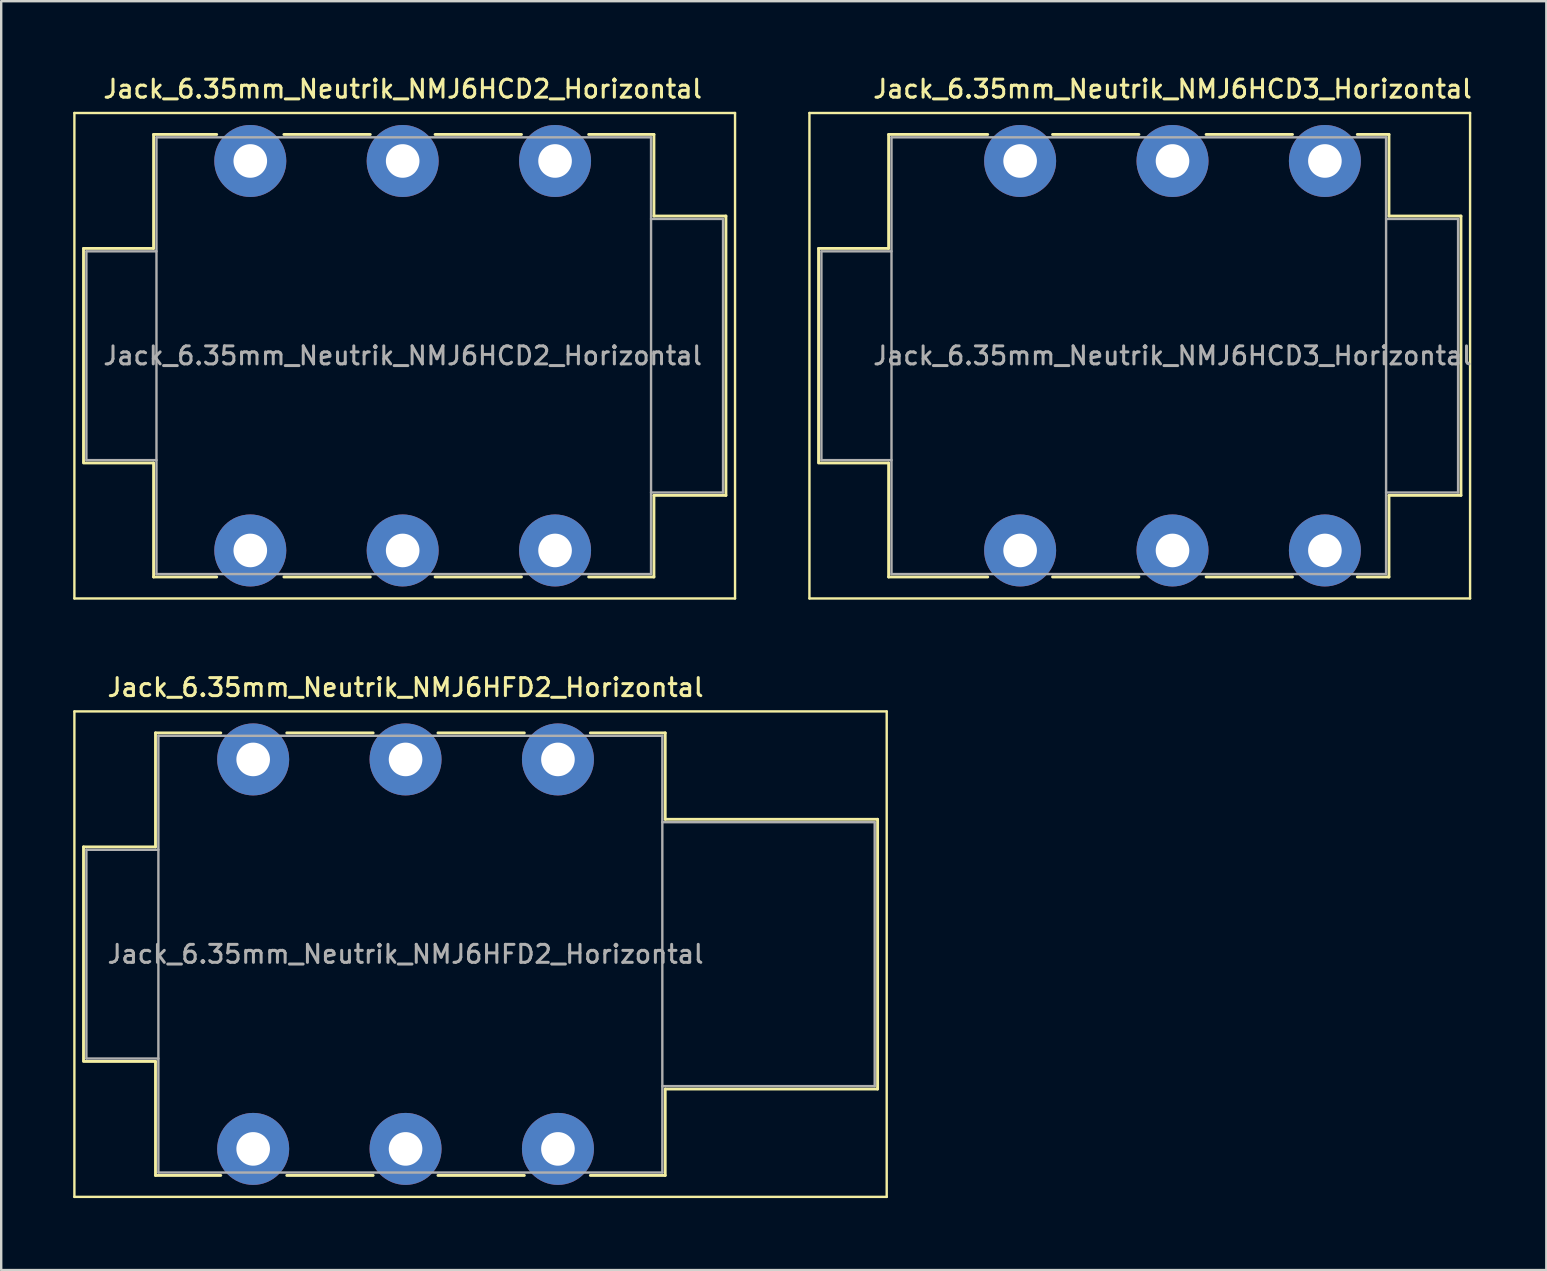
<source format=kicad_pcb>
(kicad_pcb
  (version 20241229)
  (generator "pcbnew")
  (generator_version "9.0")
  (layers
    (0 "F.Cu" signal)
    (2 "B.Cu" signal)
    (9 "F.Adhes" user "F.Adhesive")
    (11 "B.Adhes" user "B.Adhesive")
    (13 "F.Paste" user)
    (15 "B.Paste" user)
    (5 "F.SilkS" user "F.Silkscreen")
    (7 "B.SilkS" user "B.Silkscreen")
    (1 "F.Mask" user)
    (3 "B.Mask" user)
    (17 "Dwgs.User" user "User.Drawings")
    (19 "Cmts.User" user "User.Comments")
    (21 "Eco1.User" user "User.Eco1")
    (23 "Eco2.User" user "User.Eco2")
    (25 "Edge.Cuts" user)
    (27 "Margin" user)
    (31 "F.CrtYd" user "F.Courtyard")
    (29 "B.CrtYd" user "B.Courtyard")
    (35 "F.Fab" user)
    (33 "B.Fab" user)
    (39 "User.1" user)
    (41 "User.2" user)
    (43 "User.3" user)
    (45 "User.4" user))
  (footprint "Jack_6.35mm_Neutrik_NMJ6HCD2_Horizontal"
    (layer "F.Cu")
    (at 7.38 3.658)
    (property "Reference" "Jack_6.35mm_Neutrik_NMJ6HCD2_Horizontal" (at 6.35 -3 0) (layer "F.SilkS") (effects (font (size 0.75 0.75) (thickness 0.125))))
    (attr through_hole)
    (fp_line (start -7.33 18.23) (end -7.33 -2) (stroke (width 0.1) (type solid)) (layer "F.SilkS"))
    (fp_line (start -7.33 18.23) (end 20.2 18.23) (stroke (width 0.1) (type solid)) (layer "F.SilkS"))
    (fp_line (start -6.95 3.645) (end -4.03 3.645) (stroke (width 0.12) (type solid)) (layer "F.SilkS"))
    (fp_line (start -6.95 12.545) (end -6.95 3.645) (stroke (width 0.12) (type solid)) (layer "F.SilkS"))
    (fp_line (start -6.95 12.585) (end -4.03 12.585) (stroke (width 0.12) (type solid)) (layer "F.SilkS"))
    (fp_line (start -4.03 -1.105) (end -1.4 -1.105) (stroke (width 0.12) (type solid)) (layer "F.SilkS"))
    (fp_line (start -4.03 3.645) (end -4.03 -1.105) (stroke (width 0.12) (type solid)) (layer "F.SilkS"))
    (fp_line (start -4.03 17.335) (end -4.03 12.585) (stroke (width 0.12) (type solid)) (layer "F.SilkS"))
    (fp_line (start -1.4 17.335) (end -4.03 17.335) (stroke (width 0.12) (type solid)) (layer "F.SilkS"))
    (fp_line (start 1.4 -1.105) (end 5 -1.105) (stroke (width 0.12) (type solid)) (layer "F.SilkS"))
    (fp_line (start 5 17.335) (end 1.4 17.335) (stroke (width 0.12) (type solid)) (layer "F.SilkS"))
    (fp_line (start 7.7 -1.105) (end 11.3 -1.105) (stroke (width 0.12) (type solid)) (layer "F.SilkS"))
    (fp_line (start 11.3 17.335) (end 7.7 17.335) (stroke (width 0.12) (type solid)) (layer "F.SilkS"))
    (fp_line (start 16.82 -1.105) (end 14.1 -1.105) (stroke (width 0.12) (type solid)) (layer "F.SilkS"))
    (fp_line (start 16.82 2.295) (end 16.82 -1.105) (stroke (width 0.12) (type solid)) (layer "F.SilkS"))
    (fp_line (start 16.82 2.295) (end 19.82 2.295) (stroke (width 0.12) (type solid)) (layer "F.SilkS"))
    (fp_line (start 16.82 13.935) (end 19.82 13.935) (stroke (width 0.12) (type solid)) (layer "F.SilkS"))
    (fp_line (start 16.82 17.335) (end 14.1 17.335) (stroke (width 0.12) (type solid)) (layer "F.SilkS"))
    (fp_line (start 16.82 17.335) (end 16.82 13.935) (stroke (width 0.12) (type solid)) (layer "F.SilkS"))
    (fp_line (start 19.82 13.935) (end 19.82 2.295) (stroke (width 0.12) (type solid)) (layer "F.SilkS"))
    (fp_line (start 20.2 -2) (end -7.33 -2) (stroke (width 0.1) (type solid)) (layer "F.SilkS"))
    (fp_line (start 20.2 18.23) (end 20.2 -2) (stroke (width 0.1) (type solid)) (layer "F.SilkS"))
    (fp_line (start -6.83 3.765) (end -3.91 3.765) (stroke (width 0.1) (type solid)) (layer "F.Fab"))
    (fp_line (start -6.83 12.465) (end -6.83 3.765) (stroke (width 0.1) (type solid)) (layer "F.Fab"))
    (fp_line (start -6.83 12.465) (end -3.91 12.465) (stroke (width 0.1) (type solid)) (layer "F.Fab"))
    (fp_line (start -3.91 17.215) (end -3.91 -0.985) (stroke (width 0.1) (type solid)) (layer "F.Fab"))
    (fp_line (start 16.7 -0.985) (end -3.91 -0.985) (stroke (width 0.1) (type solid)) (layer "F.Fab"))
    (fp_line (start 16.7 17.215) (end -3.91 17.215) (stroke (width 0.1) (type solid)) (layer "F.Fab"))
    (fp_line (start 16.7 17.215) (end 16.7 -0.985) (stroke (width 0.1) (type solid)) (layer "F.Fab"))
    (fp_line (start 19.7 2.415) (end 16.7 2.415) (stroke (width 0.1) (type solid)) (layer "F.Fab"))
    (fp_line (start 19.7 13.815) (end 16.7 13.815) (stroke (width 0.1) (type solid)) (layer "F.Fab"))
    (fp_line (start 19.7 13.815) (end 19.7 2.415) (stroke (width 0.1) (type solid)) (layer "F.Fab"))
    (fp_text user "${REFERENCE}" (at 6.35 8.115 0) (layer "F.Fab") (effects (font (size 0.75 0.75) (thickness 0.125))))
    (pad "R" thru_hole circle (at 6.35 0) (size 3 3) (drill 1.4) (layers "*.Cu" "*.Mask"))
    (pad "RN" thru_hole circle (at 6.35 16.23) (size 3 3) (drill 1.4) (layers "*.Cu" "*.Mask"))
    (pad "S" thru_hole circle (at 12.7 0) (size 3 3) (drill 1.4) (layers "*.Cu" "*.Mask"))
    (pad "SN" thru_hole circle (at 12.7 16.23) (size 3 3) (drill 1.4) (layers "*.Cu" "*.Mask"))
    (pad "T" thru_hole circle (at 0 0) (size 3 3) (drill 1.4) (layers "*.Cu" "*.Mask"))
    (pad "TN" thru_hole circle (at 0 16.23) (size 3 3) (drill 1.4) (layers "*.Cu" "*.Mask")))
  (footprint "Jack_6.35mm_Neutrik_NMJ6HCD3_Horizontal"
    (layer "F.Cu")
    (at 39.46 3.658)
    (property "Reference" "Jack_6.35mm_Neutrik_NMJ6HCD3_Horizontal" (at 6.35 -3 0) (layer "F.SilkS") (effects (font (size 0.75 0.75) (thickness 0.125))))
    (attr through_hole)
    (fp_line (start -8.78 18.23) (end -8.78 -2) (stroke (width 0.1) (type solid)) (layer "F.SilkS"))
    (fp_line (start -8.78 18.23) (end 18.75 18.23) (stroke (width 0.1) (type solid)) (layer "F.SilkS"))
    (fp_line (start -8.4 3.645) (end -5.48 3.645) (stroke (width 0.12) (type solid)) (layer "F.SilkS"))
    (fp_line (start -8.4 12.545) (end -8.4 3.645) (stroke (width 0.12) (type solid)) (layer "F.SilkS"))
    (fp_line (start -8.4 12.585) (end -5.48 12.585) (stroke (width 0.12) (type solid)) (layer "F.SilkS"))
    (fp_line (start -5.48 -1.105) (end -1.35 -1.105) (stroke (width 0.12) (type solid)) (layer "F.SilkS"))
    (fp_line (start -5.48 3.645) (end -5.48 -1.105) (stroke (width 0.12) (type solid)) (layer "F.SilkS"))
    (fp_line (start -5.48 17.335) (end -5.48 12.585) (stroke (width 0.12) (type solid)) (layer "F.SilkS"))
    (fp_line (start -1.35 17.335) (end -5.48 17.335) (stroke (width 0.12) (type solid)) (layer "F.SilkS"))
    (fp_line (start 1.35 -1.105) (end 4.95 -1.105) (stroke (width 0.12) (type solid)) (layer "F.SilkS"))
    (fp_line (start 4.95 17.335) (end 1.35 17.335) (stroke (width 0.12) (type solid)) (layer "F.SilkS"))
    (fp_line (start 7.75 -1.105) (end 11.35 -1.105) (stroke (width 0.12) (type solid)) (layer "F.SilkS"))
    (fp_line (start 11.35 17.335) (end 7.75 17.335) (stroke (width 0.12) (type solid)) (layer "F.SilkS"))
    (fp_line (start 15.37 -1.105) (end 14.05 -1.105) (stroke (width 0.12) (type solid)) (layer "F.SilkS"))
    (fp_line (start 15.37 2.295) (end 15.37 -1.105) (stroke (width 0.12) (type solid)) (layer "F.SilkS"))
    (fp_line (start 15.37 2.295) (end 18.37 2.295) (stroke (width 0.12) (type solid)) (layer "F.SilkS"))
    (fp_line (start 15.37 13.935) (end 18.37 13.935) (stroke (width 0.12) (type solid)) (layer "F.SilkS"))
    (fp_line (start 15.37 17.335) (end 14.05 17.335) (stroke (width 0.12) (type solid)) (layer "F.SilkS"))
    (fp_line (start 15.37 17.335) (end 15.37 13.935) (stroke (width 0.12) (type solid)) (layer "F.SilkS"))
    (fp_line (start 18.37 13.935) (end 18.37 2.295) (stroke (width 0.12) (type solid)) (layer "F.SilkS"))
    (fp_line (start 18.75 -2) (end -8.78 -2) (stroke (width 0.1) (type solid)) (layer "F.SilkS"))
    (fp_line (start 18.75 18.23) (end 18.75 -2) (stroke (width 0.1) (type solid)) (layer "F.SilkS"))
    (fp_line (start -8.28 3.765) (end -5.36 3.765) (stroke (width 0.1) (type solid)) (layer "F.Fab"))
    (fp_line (start -8.28 12.465) (end -8.28 3.765) (stroke (width 0.1) (type solid)) (layer "F.Fab"))
    (fp_line (start -8.28 12.465) (end -5.36 12.465) (stroke (width 0.1) (type solid)) (layer "F.Fab"))
    (fp_line (start -5.36 17.215) (end -5.36 -0.985) (stroke (width 0.1) (type solid)) (layer "F.Fab"))
    (fp_line (start 15.25 -0.985) (end -5.36 -0.985) (stroke (width 0.1) (type solid)) (layer "F.Fab"))
    (fp_line (start 15.25 17.215) (end -5.36 17.215) (stroke (width 0.1) (type solid)) (layer "F.Fab"))
    (fp_line (start 15.25 17.215) (end 15.25 -0.985) (stroke (width 0.1) (type solid)) (layer "F.Fab"))
    (fp_line (start 18.25 2.415) (end 15.25 2.415) (stroke (width 0.1) (type solid)) (layer "F.Fab"))
    (fp_line (start 18.25 13.815) (end 15.25 13.815) (stroke (width 0.1) (type solid)) (layer "F.Fab"))
    (fp_line (start 18.25 13.815) (end 18.25 2.415) (stroke (width 0.1) (type solid)) (layer "F.Fab"))
    (fp_text user "${REFERENCE}" (at 6.35 8.115 0) (layer "F.Fab") (effects (font (size 0.75 0.75) (thickness 0.125))))
    (pad "R" thru_hole circle (at 6.35 0) (size 3 3) (drill 1.4) (layers "*.Cu" "*.Mask"))
    (pad "RN" thru_hole circle (at 6.35 16.23) (size 3 3) (drill 1.4) (layers "*.Cu" "*.Mask"))
    (pad "S" thru_hole circle (at 12.7 0) (size 3 3) (drill 1.4) (layers "*.Cu" "*.Mask"))
    (pad "SN" thru_hole circle (at 12.7 16.23) (size 3 3) (drill 1.4) (layers "*.Cu" "*.Mask"))
    (pad "T" thru_hole circle (at 0 0) (size 3 3) (drill 1.4) (layers "*.Cu" "*.Mask"))
    (pad "TN" thru_hole circle (at 0 16.23) (size 3 3) (drill 1.4) (layers "*.Cu" "*.Mask")))
  (footprint "Jack_6.35mm_Neutrik_NMJ6HFD2_Horizontal"
    (layer "F.Cu")
    (at 7.5 28.596)
    (property "Reference" "Jack_6.35mm_Neutrik_NMJ6HFD2_Horizontal" (at 6.35 -3 0) (layer "F.SilkS") (effects (font (size 0.75 0.75) (thickness 0.125))))
    (attr through_hole)
    (fp_line (start -7.45 18.23) (end -7.45 -2) (stroke (width 0.1) (type solid)) (layer "F.SilkS"))
    (fp_line (start -7.45 18.23) (end 26.4 18.23) (stroke (width 0.1) (type solid)) (layer "F.SilkS"))
    (fp_line (start -7.07 3.645) (end -4.07 3.645) (stroke (width 0.12) (type solid)) (layer "F.SilkS"))
    (fp_line (start -7.07 12.545) (end -7.07 3.645) (stroke (width 0.12) (type solid)) (layer "F.SilkS"))
    (fp_line (start -7.07 12.585) (end -4.07 12.585) (stroke (width 0.12) (type solid)) (layer "F.SilkS"))
    (fp_line (start -4.07 -1.105) (end -1.35 -1.105) (stroke (width 0.12) (type solid)) (layer "F.SilkS"))
    (fp_line (start -4.07 3.645) (end -4.07 -1.105) (stroke (width 0.12) (type solid)) (layer "F.SilkS"))
    (fp_line (start -4.07 17.335) (end -4.07 12.585) (stroke (width 0.12) (type solid)) (layer "F.SilkS"))
    (fp_line (start -1.35 17.335) (end -4.07 17.335) (stroke (width 0.12) (type solid)) (layer "F.SilkS"))
    (fp_line (start 1.4 -1.105) (end 5 -1.105) (stroke (width 0.12) (type solid)) (layer "F.SilkS"))
    (fp_line (start 5 17.335) (end 1.4 17.335) (stroke (width 0.12) (type solid)) (layer "F.SilkS"))
    (fp_line (start 7.7 -1.105) (end 11.3 -1.105) (stroke (width 0.12) (type solid)) (layer "F.SilkS"))
    (fp_line (start 11.3 17.335) (end 7.7 17.335) (stroke (width 0.12) (type solid)) (layer "F.SilkS"))
    (fp_line (start 17.17 -1.105) (end 14.05 -1.105) (stroke (width 0.12) (type solid)) (layer "F.SilkS"))
    (fp_line (start 17.17 2.495) (end 17.17 -1.105) (stroke (width 0.12) (type solid)) (layer "F.SilkS"))
    (fp_line (start 17.17 2.495) (end 26.02 2.495) (stroke (width 0.12) (type solid)) (layer "F.SilkS"))
    (fp_line (start 17.17 13.735) (end 26.02 13.735) (stroke (width 0.12) (type solid)) (layer "F.SilkS"))
    (fp_line (start 17.17 17.335) (end 14.05 17.335) (stroke (width 0.12) (type solid)) (layer "F.SilkS"))
    (fp_line (start 17.17 17.335) (end 17.17 13.735) (stroke (width 0.12) (type solid)) (layer "F.SilkS"))
    (fp_line (start 26.02 13.735) (end 26.02 2.495) (stroke (width 0.12) (type solid)) (layer "F.SilkS"))
    (fp_line (start 26.4 -2) (end -7.45 -2) (stroke (width 0.1) (type solid)) (layer "F.SilkS"))
    (fp_line (start 26.4 18.23) (end 26.4 -2) (stroke (width 0.1) (type solid)) (layer "F.SilkS"))
    (fp_line (start -6.95 3.765) (end -3.95 3.765) (stroke (width 0.1) (type solid)) (layer "F.Fab"))
    (fp_line (start -6.95 12.465) (end -6.95 3.765) (stroke (width 0.1) (type solid)) (layer "F.Fab"))
    (fp_line (start -6.95 12.465) (end -3.95 12.465) (stroke (width 0.1) (type solid)) (layer "F.Fab"))
    (fp_line (start -3.95 17.215) (end -3.95 -0.985) (stroke (width 0.1) (type solid)) (layer "F.Fab"))
    (fp_line (start 17.05 -0.985) (end -3.95 -0.985) (stroke (width 0.1) (type solid)) (layer "F.Fab"))
    (fp_line (start 17.05 17.215) (end -3.95 17.215) (stroke (width 0.1) (type solid)) (layer "F.Fab"))
    (fp_line (start 17.05 17.215) (end 17.05 -0.985) (stroke (width 0.1) (type solid)) (layer "F.Fab"))
    (fp_line (start 25.9 2.615) (end 17.05 2.615) (stroke (width 0.1) (type solid)) (layer "F.Fab"))
    (fp_line (start 25.9 13.615) (end 17.05 13.615) (stroke (width 0.1) (type solid)) (layer "F.Fab"))
    (fp_line (start 25.9 13.615) (end 25.9 2.615) (stroke (width 0.1) (type solid)) (layer "F.Fab"))
    (fp_text user "${REFERENCE}" (at 6.35 8.115 0) (layer "F.Fab") (effects (font (size 0.75 0.75) (thickness 0.125))))
    (pad "R" thru_hole circle (at 6.35 0) (size 3 3) (drill 1.4) (layers "*.Cu" "*.Mask"))
    (pad "RN" thru_hole circle (at 6.35 16.23) (size 3 3) (drill 1.4) (layers "*.Cu" "*.Mask"))
    (pad "S" thru_hole circle (at 12.7 0) (size 3 3) (drill 1.4) (layers "*.Cu" "*.Mask"))
    (pad "SN" thru_hole circle (at 12.7 16.23) (size 3 3) (drill 1.4) (layers "*.Cu" "*.Mask"))
    (pad "T" thru_hole circle (at 0 0) (size 3 3) (drill 1.4) (layers "*.Cu" "*.Mask"))
    (pad "TN" thru_hole circle (at 0 16.23) (size 3 3) (drill 1.4) (layers "*.Cu" "*.Mask")))
  (gr_rect
    (start -3 -3)
    (end 61.387 49.876)
    (stroke (width 0.1) (type default))
    (fill no)
    (layer "Edge.Cuts")))
</source>
